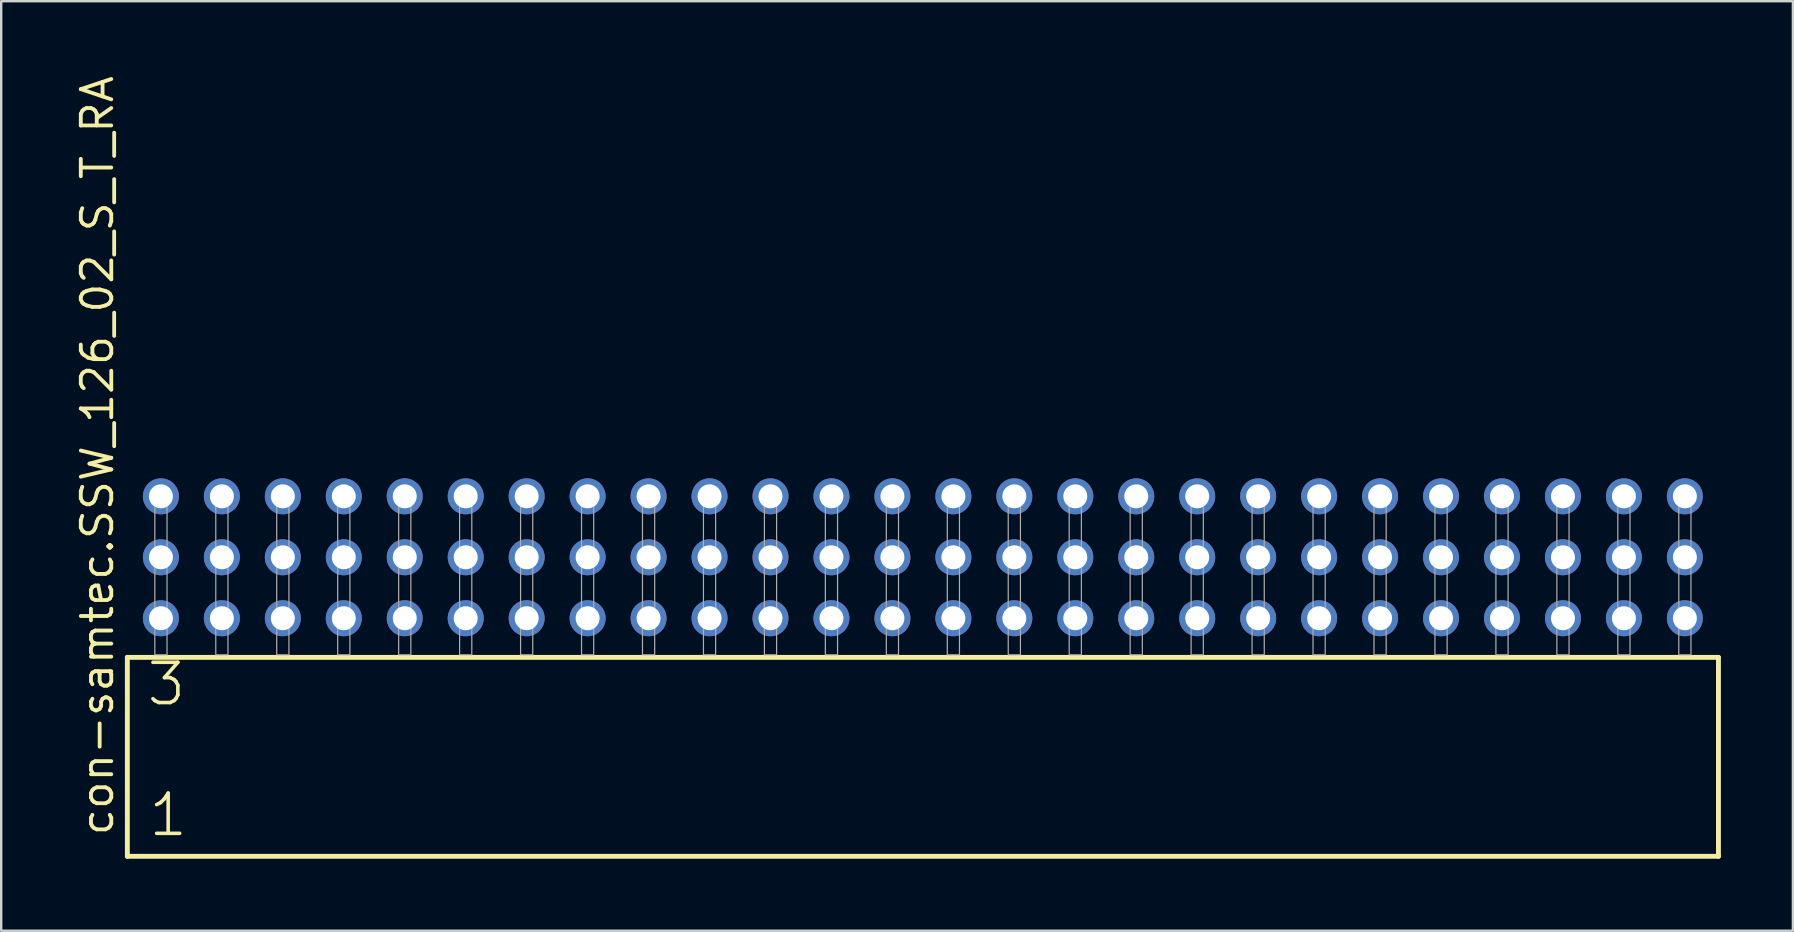
<source format=kicad_pcb>
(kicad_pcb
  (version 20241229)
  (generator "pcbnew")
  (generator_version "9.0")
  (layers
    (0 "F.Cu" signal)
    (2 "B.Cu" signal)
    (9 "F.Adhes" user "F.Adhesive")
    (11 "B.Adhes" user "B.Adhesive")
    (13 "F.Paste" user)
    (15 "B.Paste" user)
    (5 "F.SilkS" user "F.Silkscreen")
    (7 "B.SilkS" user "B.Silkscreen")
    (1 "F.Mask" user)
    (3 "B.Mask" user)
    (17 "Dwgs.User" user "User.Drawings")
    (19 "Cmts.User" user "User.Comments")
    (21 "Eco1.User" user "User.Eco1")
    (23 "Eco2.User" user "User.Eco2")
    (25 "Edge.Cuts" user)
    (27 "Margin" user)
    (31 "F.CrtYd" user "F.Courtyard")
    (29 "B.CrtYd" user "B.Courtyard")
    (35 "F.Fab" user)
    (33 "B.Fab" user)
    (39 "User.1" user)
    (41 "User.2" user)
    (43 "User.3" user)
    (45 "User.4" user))
  (footprint "con-samtec.SSW_126_02_S_T_RA"
    (layer "F.Cu")
    (at 35.405 24.235)
    (property "Reference" "con-samtec.SSW_126_02_S_T_RA" (at -33.655 7.62 90) (layer "F.SilkS") (effects (font (size 1.27 1.27) (thickness 0.16)) (justify left bottom)))
    (attr through_hole)
    (fp_line (start -33.149 0.106) (end -33.149 8.396) (stroke (width 0.203) (type default)) (layer "F.SilkS"))
    (fp_line (start -33.149 8.396) (end 33.149 8.396) (stroke (width 0.203) (type default)) (layer "F.SilkS"))
    (fp_line (start 33.149 0.106) (end -33.149 0.106) (stroke (width 0.203) (type default)) (layer "F.SilkS"))
    (fp_line (start 33.149 8.396) (end 33.149 0.106) (stroke (width 0.203) (type default)) (layer "F.SilkS"))
    (fp_rect (start -32.004 0) (end -31.496 -6.858) (stroke (width 0.05) (type default)) (fill no) (layer "F.Fab"))
    (fp_rect (start -29.464 0) (end -28.956 -6.858) (stroke (width 0.05) (type default)) (fill no) (layer "F.Fab"))
    (fp_rect (start -26.924 0) (end -26.416 -6.858) (stroke (width 0.05) (type default)) (fill no) (layer "F.Fab"))
    (fp_rect (start -24.384 0) (end -23.876 -6.858) (stroke (width 0.05) (type default)) (fill no) (layer "F.Fab"))
    (fp_rect (start -21.844 0) (end -21.336 -6.858) (stroke (width 0.05) (type default)) (fill no) (layer "F.Fab"))
    (fp_rect (start -19.304 0) (end -18.796 -6.858) (stroke (width 0.05) (type default)) (fill no) (layer "F.Fab"))
    (fp_rect (start -16.764 0) (end -16.256 -6.858) (stroke (width 0.05) (type default)) (fill no) (layer "F.Fab"))
    (fp_rect (start -14.224 0) (end -13.716 -6.858) (stroke (width 0.05) (type default)) (fill no) (layer "F.Fab"))
    (fp_rect (start -11.684 0) (end -11.176 -6.858) (stroke (width 0.05) (type default)) (fill no) (layer "F.Fab"))
    (fp_rect (start -9.144 0) (end -8.636 -6.858) (stroke (width 0.05) (type default)) (fill no) (layer "F.Fab"))
    (fp_rect (start -6.604 0) (end -6.096 -6.858) (stroke (width 0.05) (type default)) (fill no) (layer "F.Fab"))
    (fp_rect (start -4.064 0) (end -3.556 -6.858) (stroke (width 0.05) (type default)) (fill no) (layer "F.Fab"))
    (fp_rect (start -1.524 0) (end -1.016 -6.858) (stroke (width 0.05) (type default)) (fill no) (layer "F.Fab"))
    (fp_rect (start 1.016 0) (end 1.524 -6.858) (stroke (width 0.05) (type default)) (fill no) (layer "F.Fab"))
    (fp_rect (start 3.556 0) (end 4.064 -6.858) (stroke (width 0.05) (type default)) (fill no) (layer "F.Fab"))
    (fp_rect (start 6.096 0) (end 6.604 -6.858) (stroke (width 0.05) (type default)) (fill no) (layer "F.Fab"))
    (fp_rect (start 8.636 0) (end 9.144 -6.858) (stroke (width 0.05) (type default)) (fill no) (layer "F.Fab"))
    (fp_rect (start 11.176 0) (end 11.684 -6.858) (stroke (width 0.05) (type default)) (fill no) (layer "F.Fab"))
    (fp_rect (start 13.716 0) (end 14.224 -6.858) (stroke (width 0.05) (type default)) (fill no) (layer "F.Fab"))
    (fp_rect (start 16.256 0) (end 16.764 -6.858) (stroke (width 0.05) (type default)) (fill no) (layer "F.Fab"))
    (fp_rect (start 18.796 0) (end 19.304 -6.858) (stroke (width 0.05) (type default)) (fill no) (layer "F.Fab"))
    (fp_rect (start 21.336 0) (end 21.844 -6.858) (stroke (width 0.05) (type default)) (fill no) (layer "F.Fab"))
    (fp_rect (start 23.876 0) (end 24.384 -6.858) (stroke (width 0.05) (type default)) (fill no) (layer "F.Fab"))
    (fp_rect (start 26.416 0) (end 26.924 -6.858) (stroke (width 0.05) (type default)) (fill no) (layer "F.Fab"))
    (fp_rect (start 28.956 0) (end 29.464 -6.858) (stroke (width 0.05) (type default)) (fill no) (layer "F.Fab"))
    (fp_rect (start 31.496 0) (end 32.004 -6.858) (stroke (width 0.05) (type default)) (fill no) (layer "F.Fab"))
    (fp_text user "3" (at -32.42 2.2 0) (layer "F.SilkS") (effects (font (size 1.676 1.676) (thickness 0.15)) (justify left bottom)))
    (fp_text user "1" (at -32.345 7.65 0) (layer "F.SilkS") (effects (font (size 1.676 1.676) (thickness 0.15)) (justify left bottom)))
    (pad "1" thru_hole circle (at -31.75 -1.524) (size 1.5 1.5) (drill 1) (layers "*.Cu" "*.Mask"))
    (pad "2" thru_hole circle (at -31.75 -4.064) (size 1.5 1.5) (drill 1) (layers "*.Cu" "*.Mask"))
    (pad "3" thru_hole circle (at -31.75 -6.604) (size 1.5 1.5) (drill 1) (layers "*.Cu" "*.Mask"))
    (pad "4" thru_hole circle (at -29.21 -1.524) (size 1.5 1.5) (drill 1) (layers "*.Cu" "*.Mask"))
    (pad "5" thru_hole circle (at -29.21 -4.064) (size 1.5 1.5) (drill 1) (layers "*.Cu" "*.Mask"))
    (pad "6" thru_hole circle (at -29.21 -6.604) (size 1.5 1.5) (drill 1) (layers "*.Cu" "*.Mask"))
    (pad "7" thru_hole circle (at -26.67 -1.524) (size 1.5 1.5) (drill 1) (layers "*.Cu" "*.Mask"))
    (pad "8" thru_hole circle (at -26.67 -4.064) (size 1.5 1.5) (drill 1) (layers "*.Cu" "*.Mask"))
    (pad "9" thru_hole circle (at -26.67 -6.604) (size 1.5 1.5) (drill 1) (layers "*.Cu" "*.Mask"))
    (pad "10" thru_hole circle (at -24.13 -1.524) (size 1.5 1.5) (drill 1) (layers "*.Cu" "*.Mask"))
    (pad "11" thru_hole circle (at -24.13 -4.064) (size 1.5 1.5) (drill 1) (layers "*.Cu" "*.Mask"))
    (pad "12" thru_hole circle (at -24.13 -6.604) (size 1.5 1.5) (drill 1) (layers "*.Cu" "*.Mask"))
    (pad "13" thru_hole circle (at -21.59 -1.524) (size 1.5 1.5) (drill 1) (layers "*.Cu" "*.Mask"))
    (pad "14" thru_hole circle (at -21.59 -4.064) (size 1.5 1.5) (drill 1) (layers "*.Cu" "*.Mask"))
    (pad "15" thru_hole circle (at -21.59 -6.604) (size 1.5 1.5) (drill 1) (layers "*.Cu" "*.Mask"))
    (pad "16" thru_hole circle (at -19.05 -1.524) (size 1.5 1.5) (drill 1) (layers "*.Cu" "*.Mask"))
    (pad "17" thru_hole circle (at -19.05 -4.064) (size 1.5 1.5) (drill 1) (layers "*.Cu" "*.Mask"))
    (pad "18" thru_hole circle (at -19.05 -6.604) (size 1.5 1.5) (drill 1) (layers "*.Cu" "*.Mask"))
    (pad "19" thru_hole circle (at -16.51 -1.524) (size 1.5 1.5) (drill 1) (layers "*.Cu" "*.Mask"))
    (pad "20" thru_hole circle (at -16.51 -4.064) (size 1.5 1.5) (drill 1) (layers "*.Cu" "*.Mask"))
    (pad "21" thru_hole circle (at -16.51 -6.604) (size 1.5 1.5) (drill 1) (layers "*.Cu" "*.Mask"))
    (pad "22" thru_hole circle (at -13.97 -1.524) (size 1.5 1.5) (drill 1) (layers "*.Cu" "*.Mask"))
    (pad "23" thru_hole circle (at -13.97 -4.064) (size 1.5 1.5) (drill 1) (layers "*.Cu" "*.Mask"))
    (pad "24" thru_hole circle (at -13.97 -6.604) (size 1.5 1.5) (drill 1) (layers "*.Cu" "*.Mask"))
    (pad "25" thru_hole circle (at -11.43 -1.524) (size 1.5 1.5) (drill 1) (layers "*.Cu" "*.Mask"))
    (pad "26" thru_hole circle (at -11.43 -4.064) (size 1.5 1.5) (drill 1) (layers "*.Cu" "*.Mask"))
    (pad "27" thru_hole circle (at -11.43 -6.604) (size 1.5 1.5) (drill 1) (layers "*.Cu" "*.Mask"))
    (pad "28" thru_hole circle (at -8.89 -1.524) (size 1.5 1.5) (drill 1) (layers "*.Cu" "*.Mask"))
    (pad "29" thru_hole circle (at -8.89 -4.064) (size 1.5 1.5) (drill 1) (layers "*.Cu" "*.Mask"))
    (pad "30" thru_hole circle (at -8.89 -6.604) (size 1.5 1.5) (drill 1) (layers "*.Cu" "*.Mask"))
    (pad "31" thru_hole circle (at -6.35 -1.524) (size 1.5 1.5) (drill 1) (layers "*.Cu" "*.Mask"))
    (pad "32" thru_hole circle (at -6.35 -4.064) (size 1.5 1.5) (drill 1) (layers "*.Cu" "*.Mask"))
    (pad "33" thru_hole circle (at -6.35 -6.604) (size 1.5 1.5) (drill 1) (layers "*.Cu" "*.Mask"))
    (pad "34" thru_hole circle (at -3.81 -1.524) (size 1.5 1.5) (drill 1) (layers "*.Cu" "*.Mask"))
    (pad "35" thru_hole circle (at -3.81 -4.064) (size 1.5 1.5) (drill 1) (layers "*.Cu" "*.Mask"))
    (pad "36" thru_hole circle (at -3.81 -6.604) (size 1.5 1.5) (drill 1) (layers "*.Cu" "*.Mask"))
    (pad "37" thru_hole circle (at -1.27 -1.524) (size 1.5 1.5) (drill 1) (layers "*.Cu" "*.Mask"))
    (pad "38" thru_hole circle (at -1.27 -4.064) (size 1.5 1.5) (drill 1) (layers "*.Cu" "*.Mask"))
    (pad "39" thru_hole circle (at -1.27 -6.604) (size 1.5 1.5) (drill 1) (layers "*.Cu" "*.Mask"))
    (pad "40" thru_hole circle (at 1.27 -1.524) (size 1.5 1.5) (drill 1) (layers "*.Cu" "*.Mask"))
    (pad "41" thru_hole circle (at 1.27 -4.064) (size 1.5 1.5) (drill 1) (layers "*.Cu" "*.Mask"))
    (pad "42" thru_hole circle (at 1.27 -6.604) (size 1.5 1.5) (drill 1) (layers "*.Cu" "*.Mask"))
    (pad "43" thru_hole circle (at 3.81 -1.524) (size 1.5 1.5) (drill 1) (layers "*.Cu" "*.Mask"))
    (pad "44" thru_hole circle (at 3.81 -4.064) (size 1.5 1.5) (drill 1) (layers "*.Cu" "*.Mask"))
    (pad "45" thru_hole circle (at 3.81 -6.604) (size 1.5 1.5) (drill 1) (layers "*.Cu" "*.Mask"))
    (pad "46" thru_hole circle (at 6.35 -1.524) (size 1.5 1.5) (drill 1) (layers "*.Cu" "*.Mask"))
    (pad "47" thru_hole circle (at 6.35 -4.064) (size 1.5 1.5) (drill 1) (layers "*.Cu" "*.Mask"))
    (pad "48" thru_hole circle (at 6.35 -6.604) (size 1.5 1.5) (drill 1) (layers "*.Cu" "*.Mask"))
    (pad "49" thru_hole circle (at 8.89 -1.524) (size 1.5 1.5) (drill 1) (layers "*.Cu" "*.Mask"))
    (pad "50" thru_hole circle (at 8.89 -4.064) (size 1.5 1.5) (drill 1) (layers "*.Cu" "*.Mask"))
    (pad "51" thru_hole circle (at 8.89 -6.604) (size 1.5 1.5) (drill 1) (layers "*.Cu" "*.Mask"))
    (pad "52" thru_hole circle (at 11.43 -1.524) (size 1.5 1.5) (drill 1) (layers "*.Cu" "*.Mask"))
    (pad "53" thru_hole circle (at 11.43 -4.064) (size 1.5 1.5) (drill 1) (layers "*.Cu" "*.Mask"))
    (pad "54" thru_hole circle (at 11.43 -6.604) (size 1.5 1.5) (drill 1) (layers "*.Cu" "*.Mask"))
    (pad "55" thru_hole circle (at 13.97 -1.524) (size 1.5 1.5) (drill 1) (layers "*.Cu" "*.Mask"))
    (pad "56" thru_hole circle (at 13.97 -4.064) (size 1.5 1.5) (drill 1) (layers "*.Cu" "*.Mask"))
    (pad "57" thru_hole circle (at 13.97 -6.604) (size 1.5 1.5) (drill 1) (layers "*.Cu" "*.Mask"))
    (pad "58" thru_hole circle (at 16.51 -1.524) (size 1.5 1.5) (drill 1) (layers "*.Cu" "*.Mask"))
    (pad "59" thru_hole circle (at 16.51 -4.064) (size 1.5 1.5) (drill 1) (layers "*.Cu" "*.Mask"))
    (pad "60" thru_hole circle (at 16.51 -6.604) (size 1.5 1.5) (drill 1) (layers "*.Cu" "*.Mask"))
    (pad "61" thru_hole circle (at 19.05 -1.524) (size 1.5 1.5) (drill 1) (layers "*.Cu" "*.Mask"))
    (pad "62" thru_hole circle (at 19.05 -4.064) (size 1.5 1.5) (drill 1) (layers "*.Cu" "*.Mask"))
    (pad "63" thru_hole circle (at 19.05 -6.604) (size 1.5 1.5) (drill 1) (layers "*.Cu" "*.Mask"))
    (pad "64" thru_hole circle (at 21.59 -1.524) (size 1.5 1.5) (drill 1) (layers "*.Cu" "*.Mask"))
    (pad "65" thru_hole circle (at 21.59 -4.064) (size 1.5 1.5) (drill 1) (layers "*.Cu" "*.Mask"))
    (pad "66" thru_hole circle (at 21.59 -6.604) (size 1.5 1.5) (drill 1) (layers "*.Cu" "*.Mask"))
    (pad "67" thru_hole circle (at 24.13 -1.524) (size 1.5 1.5) (drill 1) (layers "*.Cu" "*.Mask"))
    (pad "68" thru_hole circle (at 24.13 -4.064) (size 1.5 1.5) (drill 1) (layers "*.Cu" "*.Mask"))
    (pad "69" thru_hole circle (at 24.13 -6.604) (size 1.5 1.5) (drill 1) (layers "*.Cu" "*.Mask"))
    (pad "70" thru_hole circle (at 26.67 -1.524) (size 1.5 1.5) (drill 1) (layers "*.Cu" "*.Mask"))
    (pad "71" thru_hole circle (at 26.67 -4.064) (size 1.5 1.5) (drill 1) (layers "*.Cu" "*.Mask"))
    (pad "72" thru_hole circle (at 26.67 -6.604) (size 1.5 1.5) (drill 1) (layers "*.Cu" "*.Mask"))
    (pad "73" thru_hole circle (at 29.21 -1.524) (size 1.5 1.5) (drill 1) (layers "*.Cu" "*.Mask"))
    (pad "74" thru_hole circle (at 29.21 -4.064) (size 1.5 1.5) (drill 1) (layers "*.Cu" "*.Mask"))
    (pad "75" thru_hole circle (at 29.21 -6.604) (size 1.5 1.5) (drill 1) (layers "*.Cu" "*.Mask"))
    (pad "76" thru_hole circle (at 31.75 -1.524) (size 1.5 1.5) (drill 1) (layers "*.Cu" "*.Mask"))
    (pad "77" thru_hole circle (at 31.75 -4.064) (size 1.5 1.5) (drill 1) (layers "*.Cu" "*.Mask"))
    (pad "78" thru_hole circle (at 31.75 -6.604) (size 1.5 1.5) (drill 1) (layers "*.Cu" "*.Mask")))
  (gr_rect
    (start -3 -3)
    (end 71.656 35.733)
    (stroke (width 0.1) (type default))
    (fill no)
    (layer "Edge.Cuts")))
</source>
